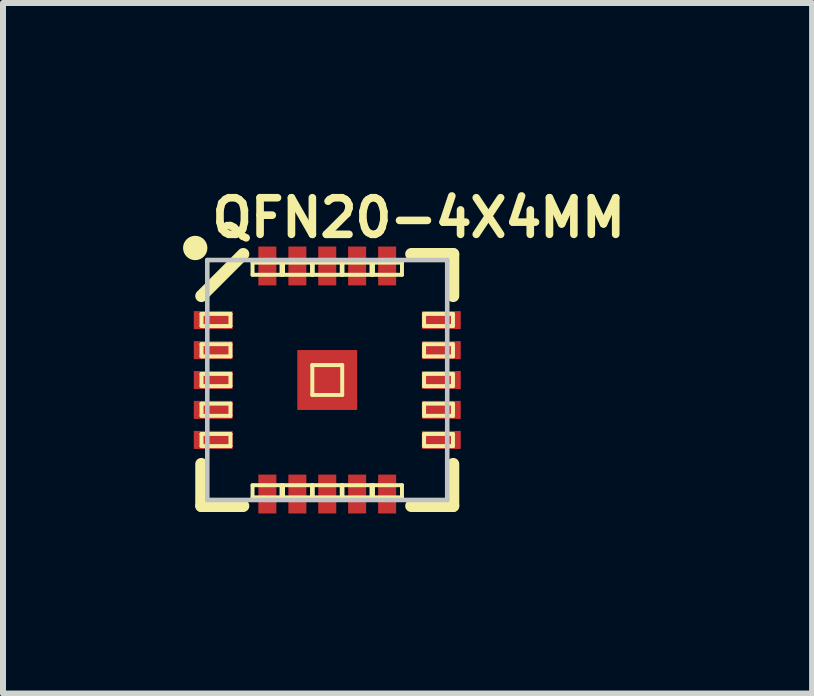
<source format=kicad_pcb>
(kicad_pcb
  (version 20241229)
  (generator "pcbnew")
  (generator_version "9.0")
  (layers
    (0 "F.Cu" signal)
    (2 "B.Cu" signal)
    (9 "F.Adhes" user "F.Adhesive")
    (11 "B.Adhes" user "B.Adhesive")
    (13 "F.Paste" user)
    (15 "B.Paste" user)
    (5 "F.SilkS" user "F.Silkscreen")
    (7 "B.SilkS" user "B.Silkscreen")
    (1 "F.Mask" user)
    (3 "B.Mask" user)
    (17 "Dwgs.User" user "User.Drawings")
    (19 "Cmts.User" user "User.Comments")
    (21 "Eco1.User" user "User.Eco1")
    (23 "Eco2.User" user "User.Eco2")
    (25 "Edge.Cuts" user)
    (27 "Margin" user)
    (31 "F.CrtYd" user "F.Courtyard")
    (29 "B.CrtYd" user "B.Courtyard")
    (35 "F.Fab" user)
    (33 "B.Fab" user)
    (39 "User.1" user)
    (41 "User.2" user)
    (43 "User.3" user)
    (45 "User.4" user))
  (footprint "QFN20-4X4MM"
    (layer "F.Cu")
    (at 2.403 3.282)
    (property "Reference" "QFN20-4X4MM" (at 1.524 -2.703 0) (layer "F.SilkS") (effects (font (size 0.61 0.61) (thickness 0.127))))
    (attr smd)
    (fp_line (start -2.098 2.098) (end -2.098 1.4) (stroke (width 0.203) (type solid)) (layer "F.SilkS"))
    (fp_line (start -2.095 -1.102) (end -1.613 -1.102) (stroke (width 0.066) (type solid)) (layer "F.SilkS"))
    (fp_line (start -2.095 -0.899) (end -2.095 -1.102) (stroke (width 0.066) (type solid)) (layer "F.SilkS"))
    (fp_line (start -2.095 -0.899) (end -1.613 -0.899) (stroke (width 0.066) (type solid)) (layer "F.SilkS"))
    (fp_line (start -2.095 -0.597) (end -1.613 -0.597) (stroke (width 0.066) (type solid)) (layer "F.SilkS"))
    (fp_line (start -2.095 -0.394) (end -2.095 -0.597) (stroke (width 0.066) (type solid)) (layer "F.SilkS"))
    (fp_line (start -2.095 -0.394) (end -1.613 -0.394) (stroke (width 0.066) (type solid)) (layer "F.SilkS"))
    (fp_line (start -2.095 -0.102) (end -1.613 -0.102) (stroke (width 0.066) (type solid)) (layer "F.SilkS"))
    (fp_line (start -2.095 0.102) (end -2.095 -0.102) (stroke (width 0.066) (type solid)) (layer "F.SilkS"))
    (fp_line (start -2.095 0.102) (end -1.613 0.102) (stroke (width 0.066) (type solid)) (layer "F.SilkS"))
    (fp_line (start -2.095 0.394) (end -1.613 0.394) (stroke (width 0.066) (type solid)) (layer "F.SilkS"))
    (fp_line (start -2.095 0.597) (end -2.095 0.394) (stroke (width 0.066) (type solid)) (layer "F.SilkS"))
    (fp_line (start -2.095 0.597) (end -1.613 0.597) (stroke (width 0.066) (type solid)) (layer "F.SilkS"))
    (fp_line (start -2.095 0.899) (end -1.613 0.899) (stroke (width 0.066) (type solid)) (layer "F.SilkS"))
    (fp_line (start -2.095 1.102) (end -2.095 0.899) (stroke (width 0.066) (type solid)) (layer "F.SilkS"))
    (fp_line (start -2.095 1.102) (end -1.613 1.102) (stroke (width 0.066) (type solid)) (layer "F.SilkS"))
    (fp_line (start -1.613 -0.899) (end -1.613 -1.102) (stroke (width 0.066) (type solid)) (layer "F.SilkS"))
    (fp_line (start -1.613 -0.394) (end -1.613 -0.597) (stroke (width 0.066) (type solid)) (layer "F.SilkS"))
    (fp_line (start -1.613 0.102) (end -1.613 -0.102) (stroke (width 0.066) (type solid)) (layer "F.SilkS"))
    (fp_line (start -1.613 0.597) (end -1.613 0.394) (stroke (width 0.066) (type solid)) (layer "F.SilkS"))
    (fp_line (start -1.613 1.102) (end -1.613 0.899) (stroke (width 0.066) (type solid)) (layer "F.SilkS"))
    (fp_line (start -1.4 -2.098) (end -2.098 -1.4) (stroke (width 0.203) (type solid)) (layer "F.SilkS"))
    (fp_line (start -1.4 2.098) (end -2.098 2.098) (stroke (width 0.203) (type solid)) (layer "F.SilkS"))
    (fp_line (start -1.245 -1.956) (end -0.762 -1.956) (stroke (width 0.066) (type solid)) (layer "F.SilkS"))
    (fp_line (start -1.245 -1.753) (end -1.245 -1.956) (stroke (width 0.066) (type solid)) (layer "F.SilkS"))
    (fp_line (start -1.245 -1.753) (end -0.762 -1.753) (stroke (width 0.066) (type solid)) (layer "F.SilkS"))
    (fp_line (start -1.245 1.753) (end -0.762 1.753) (stroke (width 0.066) (type solid)) (layer "F.SilkS"))
    (fp_line (start -1.245 1.956) (end -1.245 1.753) (stroke (width 0.066) (type solid)) (layer "F.SilkS"))
    (fp_line (start -1.245 1.956) (end -0.762 1.956) (stroke (width 0.066) (type solid)) (layer "F.SilkS"))
    (fp_line (start -0.762 -1.753) (end -0.762 -1.956) (stroke (width 0.066) (type solid)) (layer "F.SilkS"))
    (fp_line (start -0.762 1.956) (end -0.762 1.753) (stroke (width 0.066) (type solid)) (layer "F.SilkS"))
    (fp_line (start -0.737 -1.956) (end -0.254 -1.956) (stroke (width 0.066) (type solid)) (layer "F.SilkS"))
    (fp_line (start -0.737 -1.753) (end -0.737 -1.956) (stroke (width 0.066) (type solid)) (layer "F.SilkS"))
    (fp_line (start -0.737 -1.753) (end -0.254 -1.753) (stroke (width 0.066) (type solid)) (layer "F.SilkS"))
    (fp_line (start -0.737 1.753) (end -0.254 1.753) (stroke (width 0.066) (type solid)) (layer "F.SilkS"))
    (fp_line (start -0.737 1.956) (end -0.737 1.753) (stroke (width 0.066) (type solid)) (layer "F.SilkS"))
    (fp_line (start -0.737 1.956) (end -0.254 1.956) (stroke (width 0.066) (type solid)) (layer "F.SilkS"))
    (fp_line (start -0.254 -1.753) (end -0.254 -1.956) (stroke (width 0.066) (type solid)) (layer "F.SilkS"))
    (fp_line (start -0.254 1.956) (end -0.254 1.753) (stroke (width 0.066) (type solid)) (layer "F.SilkS"))
    (fp_line (start -0.249 -0.249) (end 0.249 -0.249) (stroke (width 0.066) (type solid)) (layer "F.SilkS"))
    (fp_line (start -0.249 0.249) (end -0.249 -0.249) (stroke (width 0.066) (type solid)) (layer "F.SilkS"))
    (fp_line (start -0.249 0.249) (end 0.249 0.249) (stroke (width 0.066) (type solid)) (layer "F.SilkS"))
    (fp_line (start -0.241 -1.956) (end 0.241 -1.956) (stroke (width 0.066) (type solid)) (layer "F.SilkS"))
    (fp_line (start -0.241 -1.753) (end -0.241 -1.956) (stroke (width 0.066) (type solid)) (layer "F.SilkS"))
    (fp_line (start -0.241 -1.753) (end 0.241 -1.753) (stroke (width 0.066) (type solid)) (layer "F.SilkS"))
    (fp_line (start -0.241 1.753) (end 0.241 1.753) (stroke (width 0.066) (type solid)) (layer "F.SilkS"))
    (fp_line (start -0.241 1.956) (end -0.241 1.753) (stroke (width 0.066) (type solid)) (layer "F.SilkS"))
    (fp_line (start -0.241 1.956) (end 0.241 1.956) (stroke (width 0.066) (type solid)) (layer "F.SilkS"))
    (fp_line (start 0.241 -1.753) (end 0.241 -1.956) (stroke (width 0.066) (type solid)) (layer "F.SilkS"))
    (fp_line (start 0.241 1.956) (end 0.241 1.753) (stroke (width 0.066) (type solid)) (layer "F.SilkS"))
    (fp_line (start 0.249 0.249) (end 0.249 -0.249) (stroke (width 0.066) (type solid)) (layer "F.SilkS"))
    (fp_line (start 0.254 -1.956) (end 0.737 -1.956) (stroke (width 0.066) (type solid)) (layer "F.SilkS"))
    (fp_line (start 0.254 -1.753) (end 0.254 -1.956) (stroke (width 0.066) (type solid)) (layer "F.SilkS"))
    (fp_line (start 0.254 -1.753) (end 0.737 -1.753) (stroke (width 0.066) (type solid)) (layer "F.SilkS"))
    (fp_line (start 0.254 1.753) (end 0.737 1.753) (stroke (width 0.066) (type solid)) (layer "F.SilkS"))
    (fp_line (start 0.254 1.956) (end 0.254 1.753) (stroke (width 0.066) (type solid)) (layer "F.SilkS"))
    (fp_line (start 0.254 1.956) (end 0.737 1.956) (stroke (width 0.066) (type solid)) (layer "F.SilkS"))
    (fp_line (start 0.737 -1.753) (end 0.737 -1.956) (stroke (width 0.066) (type solid)) (layer "F.SilkS"))
    (fp_line (start 0.737 1.956) (end 0.737 1.753) (stroke (width 0.066) (type solid)) (layer "F.SilkS"))
    (fp_line (start 0.762 -1.956) (end 1.245 -1.956) (stroke (width 0.066) (type solid)) (layer "F.SilkS"))
    (fp_line (start 0.762 -1.753) (end 0.762 -1.956) (stroke (width 0.066) (type solid)) (layer "F.SilkS"))
    (fp_line (start 0.762 -1.753) (end 1.245 -1.753) (stroke (width 0.066) (type solid)) (layer "F.SilkS"))
    (fp_line (start 0.762 1.753) (end 1.245 1.753) (stroke (width 0.066) (type solid)) (layer "F.SilkS"))
    (fp_line (start 0.762 1.956) (end 0.762 1.753) (stroke (width 0.066) (type solid)) (layer "F.SilkS"))
    (fp_line (start 0.762 1.956) (end 1.245 1.956) (stroke (width 0.066) (type solid)) (layer "F.SilkS"))
    (fp_line (start 1.245 -1.753) (end 1.245 -1.956) (stroke (width 0.066) (type solid)) (layer "F.SilkS"))
    (fp_line (start 1.245 1.956) (end 1.245 1.753) (stroke (width 0.066) (type solid)) (layer "F.SilkS"))
    (fp_line (start 1.4 -2.098) (end 2.098 -2.098) (stroke (width 0.203) (type solid)) (layer "F.SilkS"))
    (fp_line (start 1.613 -1.102) (end 2.095 -1.102) (stroke (width 0.066) (type solid)) (layer "F.SilkS"))
    (fp_line (start 1.613 -0.899) (end 1.613 -1.102) (stroke (width 0.066) (type solid)) (layer "F.SilkS"))
    (fp_line (start 1.613 -0.899) (end 2.095 -0.899) (stroke (width 0.066) (type solid)) (layer "F.SilkS"))
    (fp_line (start 1.613 -0.597) (end 2.095 -0.597) (stroke (width 0.066) (type solid)) (layer "F.SilkS"))
    (fp_line (start 1.613 -0.394) (end 1.613 -0.597) (stroke (width 0.066) (type solid)) (layer "F.SilkS"))
    (fp_line (start 1.613 -0.394) (end 2.095 -0.394) (stroke (width 0.066) (type solid)) (layer "F.SilkS"))
    (fp_line (start 1.613 -0.102) (end 2.095 -0.102) (stroke (width 0.066) (type solid)) (layer "F.SilkS"))
    (fp_line (start 1.613 0.102) (end 1.613 -0.102) (stroke (width 0.066) (type solid)) (layer "F.SilkS"))
    (fp_line (start 1.613 0.102) (end 2.095 0.102) (stroke (width 0.066) (type solid)) (layer "F.SilkS"))
    (fp_line (start 1.613 0.394) (end 2.095 0.394) (stroke (width 0.066) (type solid)) (layer "F.SilkS"))
    (fp_line (start 1.613 0.597) (end 1.613 0.394) (stroke (width 0.066) (type solid)) (layer "F.SilkS"))
    (fp_line (start 1.613 0.597) (end 2.095 0.597) (stroke (width 0.066) (type solid)) (layer "F.SilkS"))
    (fp_line (start 1.613 0.899) (end 2.095 0.899) (stroke (width 0.066) (type solid)) (layer "F.SilkS"))
    (fp_line (start 1.613 1.102) (end 1.613 0.899) (stroke (width 0.066) (type solid)) (layer "F.SilkS"))
    (fp_line (start 1.613 1.102) (end 2.095 1.102) (stroke (width 0.066) (type solid)) (layer "F.SilkS"))
    (fp_line (start 2.095 -0.899) (end 2.095 -1.102) (stroke (width 0.066) (type solid)) (layer "F.SilkS"))
    (fp_line (start 2.095 -0.394) (end 2.095 -0.597) (stroke (width 0.066) (type solid)) (layer "F.SilkS"))
    (fp_line (start 2.095 0.102) (end 2.095 -0.102) (stroke (width 0.066) (type solid)) (layer "F.SilkS"))
    (fp_line (start 2.095 0.597) (end 2.095 0.394) (stroke (width 0.066) (type solid)) (layer "F.SilkS"))
    (fp_line (start 2.095 1.102) (end 2.095 0.899) (stroke (width 0.066) (type solid)) (layer "F.SilkS"))
    (fp_line (start 2.098 -2.098) (end 2.098 -1.4) (stroke (width 0.203) (type solid)) (layer "F.SilkS"))
    (fp_line (start 2.098 1.4) (end 2.098 2.098) (stroke (width 0.203) (type solid)) (layer "F.SilkS"))
    (fp_line (start 2.098 2.098) (end 1.4 2.098) (stroke (width 0.203) (type solid)) (layer "F.SilkS"))
    (fp_circle (center -2.2 -2.2) (end -2.2 -2.403) (stroke (width 0) (type solid)) (fill yes) (layer "F.SilkS"))
    (fp_line (start -1.999 -1.999) (end 1.999 -1.999) (stroke (width 0.076) (type solid)) (layer "Dwgs.User"))
    (fp_line (start -1.999 1.999) (end -1.999 -1.999) (stroke (width 0.076) (type solid)) (layer "Dwgs.User"))
    (fp_line (start 1.999 -1.999) (end 1.999 1.999) (stroke (width 0.076) (type solid)) (layer "Dwgs.User"))
    (fp_line (start 1.999 1.999) (end -1.999 1.999) (stroke (width 0.076) (type solid)) (layer "Dwgs.User"))
    (pad "0" smd rect (at 0 0 180) (size 0.998 0.998) (layers "F.Cu" "F.Mask" "F.Paste"))
    (pad "1" smd rect (at -1.9 -0.998) (size 0.648 0.3) (layers "F.Cu" "F.Mask" "F.Paste"))
    (pad "2" smd rect (at -1.9 -0.498) (size 0.648 0.3) (layers "F.Cu" "F.Mask" "F.Paste"))
    (pad "3" smd rect (at -1.9 0) (size 0.648 0.3) (layers "F.Cu" "F.Mask" "F.Paste"))
    (pad "4" smd rect (at -1.9 0.498) (size 0.648 0.3) (layers "F.Cu" "F.Mask" "F.Paste"))
    (pad "5" smd rect (at -1.9 0.998 180) (size 0.648 0.3) (layers "F.Cu" "F.Mask" "F.Paste"))
    (pad "6" smd rect (at -0.998 1.9 270) (size 0.648 0.3) (layers "F.Cu" "F.Mask" "F.Paste"))
    (pad "7" smd rect (at -0.498 1.9 270) (size 0.648 0.3) (layers "F.Cu" "F.Mask" "F.Paste"))
    (pad "8" smd rect (at 0 1.9 270) (size 0.648 0.3) (layers "F.Cu" "F.Mask" "F.Paste"))
    (pad "9" smd rect (at 0.498 1.9 90) (size 0.648 0.3) (layers "F.Cu" "F.Mask" "F.Paste"))
    (pad "10" smd rect (at 0.998 1.9 90) (size 0.648 0.3) (layers "F.Cu" "F.Mask" "F.Paste"))
    (pad "11" smd rect (at 1.9 0.998 180) (size 0.648 0.3) (layers "F.Cu" "F.Mask" "F.Paste"))
    (pad "12" smd rect (at 1.9 0.498 180) (size 0.648 0.3) (layers "F.Cu" "F.Mask" "F.Paste"))
    (pad "13" smd rect (at 1.9 0) (size 0.648 0.3) (layers "F.Cu" "F.Mask" "F.Paste"))
    (pad "14" smd rect (at 1.9 -0.498) (size 0.648 0.3) (layers "F.Cu" "F.Mask" "F.Paste"))
    (pad "15" smd rect (at 1.9 -0.998) (size 0.648 0.3) (layers "F.Cu" "F.Mask" "F.Paste"))
    (pad "16" smd rect (at 0.998 -1.9 90) (size 0.648 0.3) (layers "F.Cu" "F.Mask" "F.Paste"))
    (pad "17" smd rect (at 0.498 -1.9 270) (size 0.648 0.3) (layers "F.Cu" "F.Mask" "F.Paste"))
    (pad "18" smd rect (at 0 -1.9 90) (size 0.648 0.3) (layers "F.Cu" "F.Mask" "F.Paste"))
    (pad "19" smd rect (at -0.498 -1.9 90) (size 0.648 0.3) (layers "F.Cu" "F.Mask" "F.Paste"))
    (pad "20" smd rect (at -0.998 -1.9 90) (size 0.648 0.3) (layers "F.Cu" "F.Mask" "F.Paste")))
  (gr_rect
    (start -3 -3)
    (end 10.482 8.506)
    (stroke (width 0.1) (type default))
    (fill no)
    (layer "Edge.Cuts")))
</source>
